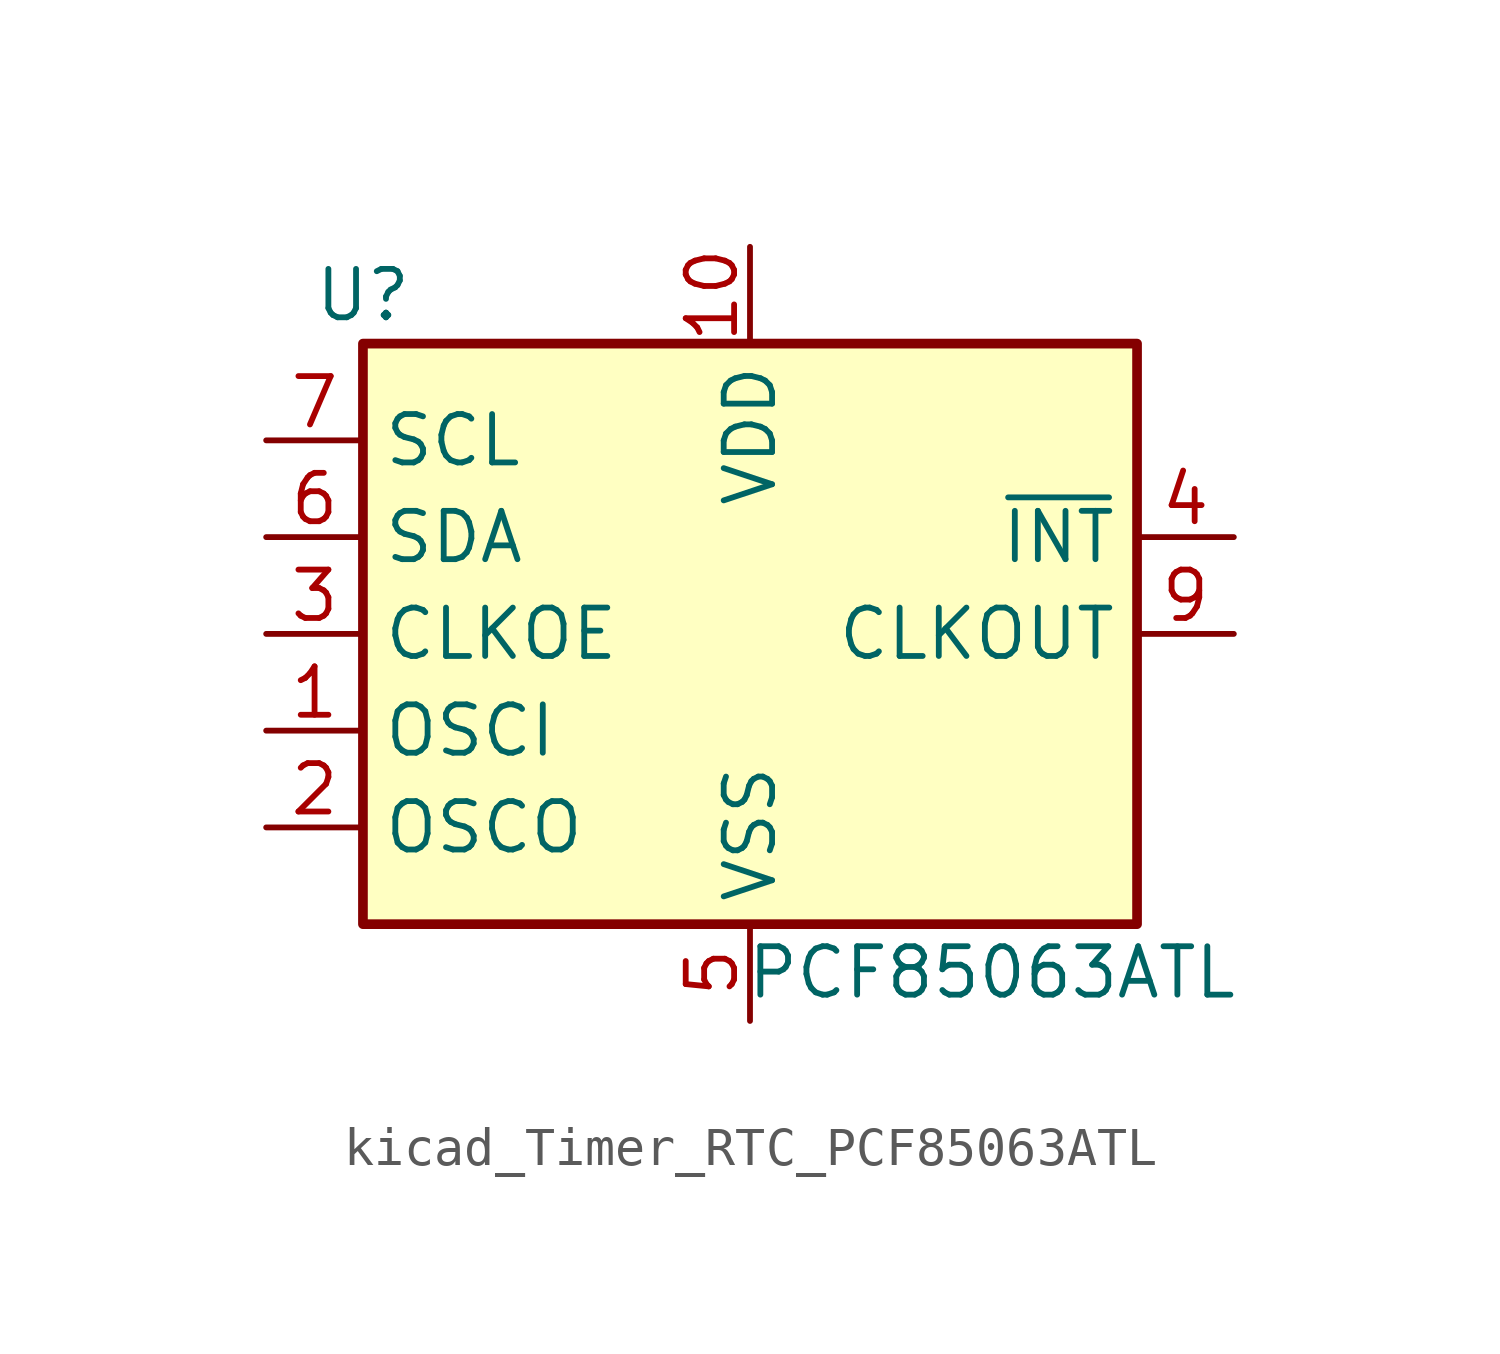
<source format=kicad_sym>
(kicad_symbol_lib
  (version 20220914)
  (generator kicad_symbol_editor)
  (symbol "kicad_Timer_RTC_PCF85063ATL"
    (property "Reference" "U"
      (at -10.16 8.89 0)
      (effects (font (size 1.27 1.27))))
    (property "Value" "PCF85063ATL"
      (at 6.35 -8.89 0)
      (effects (font (size 1.27 1.27))))
    (symbol "kicad_Timer_RTC_PCF85063ATL_0_1"
      (rectangle (start -10.16 7.62) (end 10.16 -7.62) (stroke (width 0.254) (type default)) (fill (type background))))
    (symbol "kicad_Timer_RTC_PCF85063ATL_1_1"
      (pin input line (at -12.7 -2.54 0) (length 2.54) (name "OSCI" (effects (font (size 1.27 1.27)))) (number "1" (effects (font (size 1.27 1.27)))))
      (pin power_in line (at 0 10.16 270) (length 2.54) (name "VDD" (effects (font (size 1.27 1.27)))) (number "10" (effects (font (size 1.27 1.27)))))
      (pin output line (at -12.7 -5.08 0) (length 2.54) (name "OSCO" (effects (font (size 1.27 1.27)))) (number "2" (effects (font (size 1.27 1.27)))))
      (pin input line (at -12.7 0 0) (length 2.54) (name "CLKOE" (effects (font (size 1.27 1.27)))) (number "3" (effects (font (size 1.27 1.27)))))
      (pin output line (at 12.7 2.54 180) (length 2.54) (name "~{INT}" (effects (font (size 1.27 1.27)))) (number "4" (effects (font (size 1.27 1.27)))))
      (pin power_in line (at 0 -10.16 90) (length 2.54) (name "VSS" (effects (font (size 1.27 1.27)))) (number "5" (effects (font (size 1.27 1.27)))))
      (pin bidirectional line (at -12.7 2.54 0) (length 2.54) (name "SDA" (effects (font (size 1.27 1.27)))) (number "6" (effects (font (size 1.27 1.27)))))
      (pin input line (at -12.7 5.08 0) (length 2.54) (name "SCL" (effects (font (size 1.27 1.27)))) (number "7" (effects (font (size 1.27 1.27)))))
      (pin no_connect line (at 10.16 5.08 180) (length 2.54) hide (name "NC" (effects (font (size 1.27 1.27)))) (number "8" (effects (font (size 1.27 1.27)))))
      (pin output line (at 12.7 0 180) (length 2.54) (name "CLKOUT" (effects (font (size 1.27 1.27)))) (number "9" (effects (font (size 1.27 1.27))))))))
</source>
